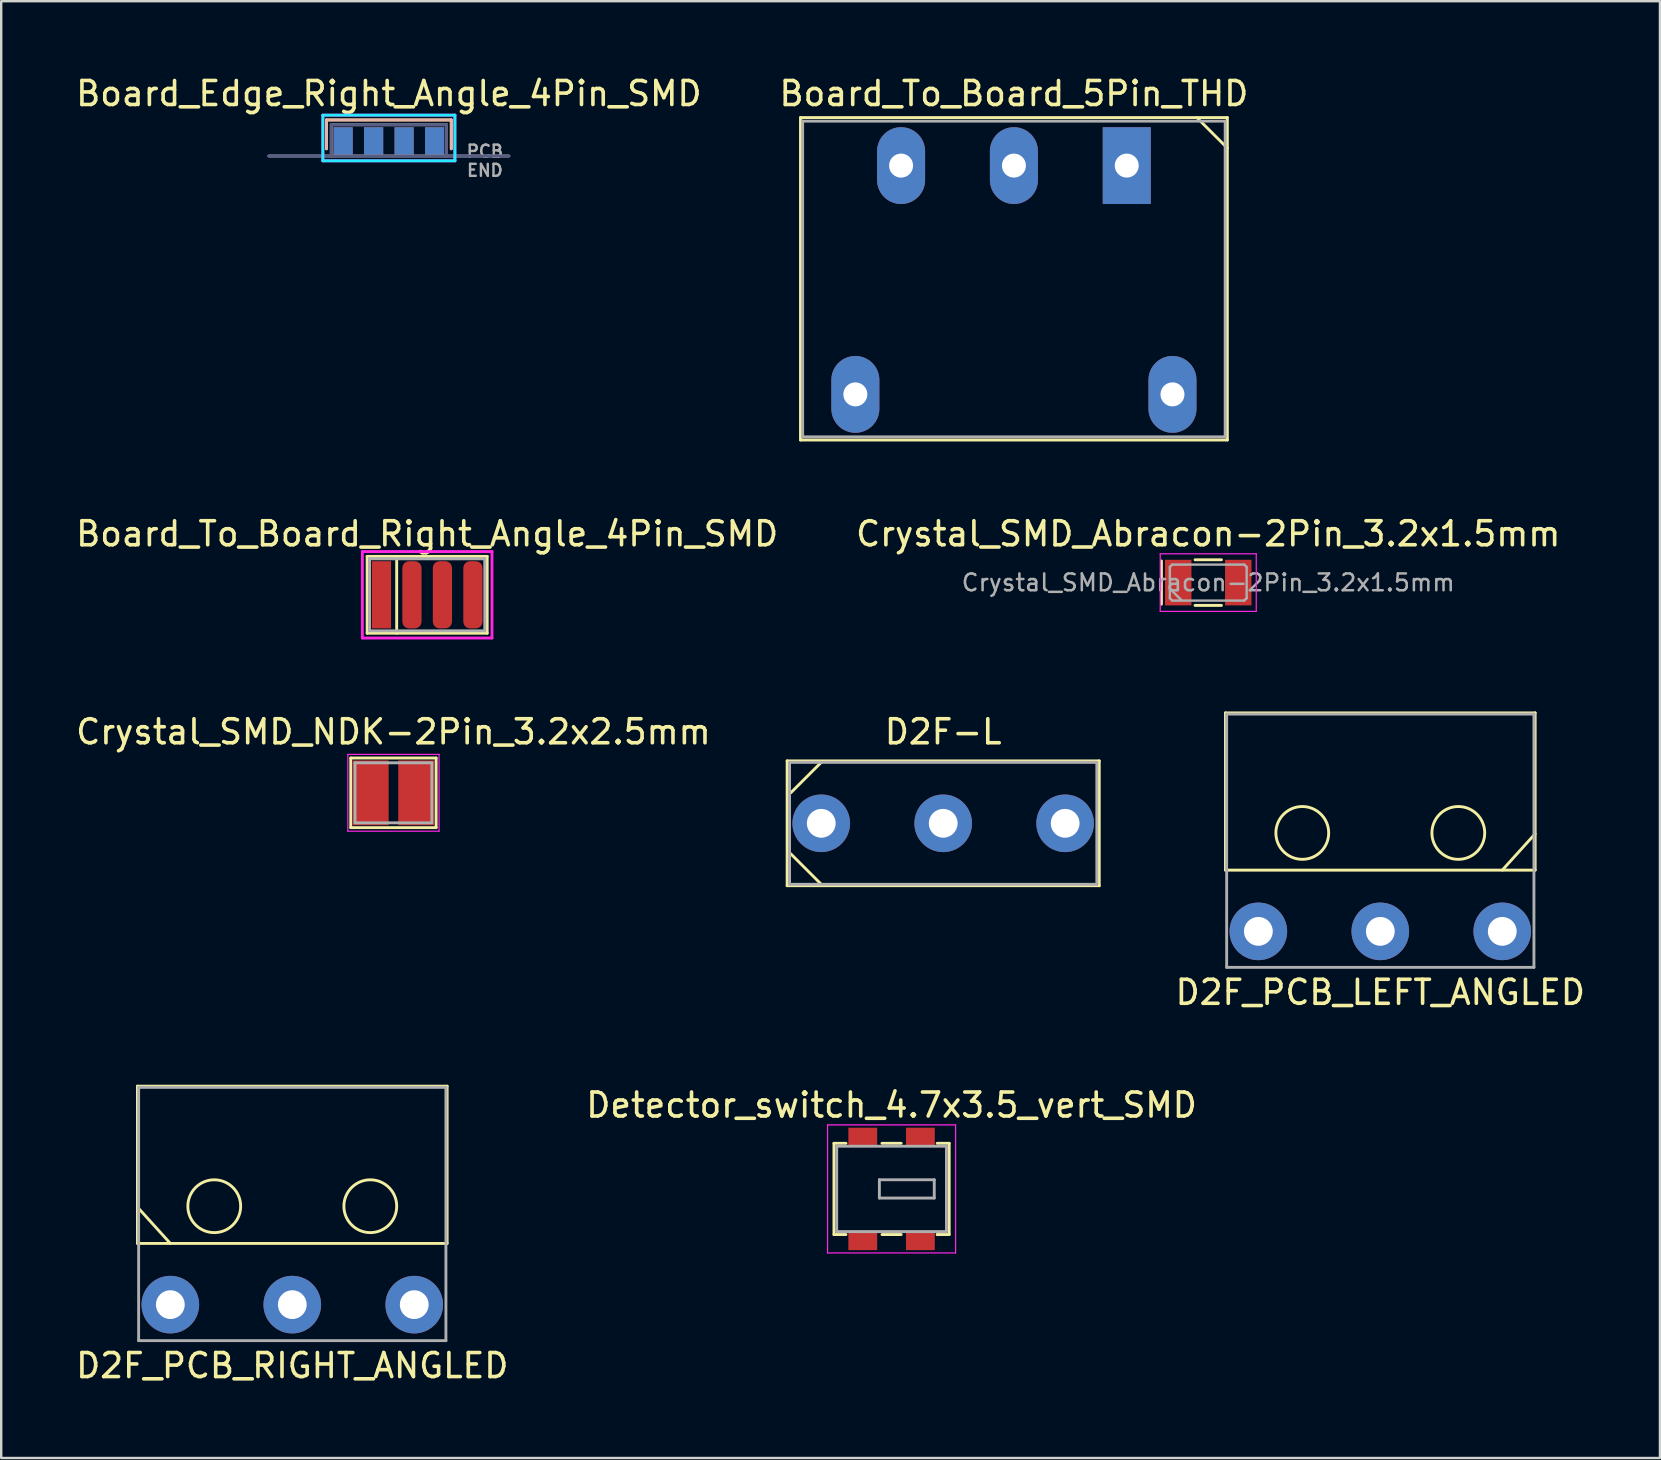
<source format=kicad_pcb>
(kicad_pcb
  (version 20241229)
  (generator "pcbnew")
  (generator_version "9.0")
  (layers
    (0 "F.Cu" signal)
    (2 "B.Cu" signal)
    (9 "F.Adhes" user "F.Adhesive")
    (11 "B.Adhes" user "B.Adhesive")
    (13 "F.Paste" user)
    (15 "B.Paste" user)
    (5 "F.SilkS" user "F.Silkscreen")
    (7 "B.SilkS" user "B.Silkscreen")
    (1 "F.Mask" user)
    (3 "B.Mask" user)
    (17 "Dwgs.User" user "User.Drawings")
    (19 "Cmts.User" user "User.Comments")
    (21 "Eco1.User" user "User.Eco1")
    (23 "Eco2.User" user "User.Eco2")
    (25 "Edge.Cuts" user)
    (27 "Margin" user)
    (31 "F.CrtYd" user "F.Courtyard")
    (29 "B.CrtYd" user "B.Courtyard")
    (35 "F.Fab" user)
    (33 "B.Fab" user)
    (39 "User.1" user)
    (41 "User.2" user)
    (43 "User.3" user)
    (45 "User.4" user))
  (footprint "Detector_switch_4.7x3.5_vert_SMD"
    (layer "F.Cu")
    (at 34.089 46.475)
    (property "Reference" "Detector_switch_4.7x3.5_vert_SMD" (at 0 -3.493 0) (layer "F.SilkS") (effects (font (size 1 1) (thickness 0.15))))
    (attr through_hole)
    (fp_line (start -2.4 -1.9) (end -2.4 1.9) (stroke (width 0.12) (type solid)) (layer "F.SilkS"))
    (fp_line (start -2.4 -1.9) (end -1.9 -1.9) (stroke (width 0.12) (type solid)) (layer "F.SilkS"))
    (fp_line (start -2.4 1.9) (end -1.9 1.9) (stroke (width 0.12) (type solid)) (layer "F.SilkS"))
    (fp_line (start -0.4 -1.9) (end 0.4 -1.9) (stroke (width 0.12) (type solid)) (layer "F.SilkS"))
    (fp_line (start -0.4 1.9) (end 0.4 1.9) (stroke (width 0.12) (type solid)) (layer "F.SilkS"))
    (fp_line (start 1.9 -1.9) (end 2.4 -1.9) (stroke (width 0.12) (type solid)) (layer "F.SilkS"))
    (fp_line (start 1.968 1.905) (end 1.905 1.905) (stroke (width 0.12) (type solid)) (layer "F.SilkS"))
    (fp_line (start 2.4 -1.9) (end 2.4 1.9) (stroke (width 0.12) (type solid)) (layer "F.SilkS"))
    (fp_line (start 2.4 1.9) (end 1.9 1.9) (stroke (width 0.12) (type solid)) (layer "F.SilkS"))
    (fp_line (start -2.667 -2.667) (end 2.667 -2.667) (stroke (width 0.05) (type solid)) (layer "F.CrtYd"))
    (fp_line (start -2.667 2.667) (end -2.667 -2.667) (stroke (width 0.05) (type solid)) (layer "F.CrtYd"))
    (fp_line (start 2.667 -2.667) (end 2.667 2.667) (stroke (width 0.05) (type solid)) (layer "F.CrtYd"))
    (fp_line (start 2.667 2.667) (end -2.667 2.667) (stroke (width 0.05) (type solid)) (layer "F.CrtYd"))
    (fp_line (start -2.286 -1.778) (end 2.286 -1.778) (stroke (width 0.12) (type solid)) (layer "F.Fab"))
    (fp_line (start -2.286 1.778) (end -2.286 -1.778) (stroke (width 0.12) (type solid)) (layer "F.Fab"))
    (fp_line (start -0.508 -0.381) (end -0.508 0.381) (stroke (width 0.12) (type solid)) (layer "F.Fab"))
    (fp_line (start -0.508 0.381) (end 1.778 0.381) (stroke (width 0.12) (type solid)) (layer "F.Fab"))
    (fp_line (start 1.778 -0.381) (end -0.508 -0.381) (stroke (width 0.12) (type solid)) (layer "F.Fab"))
    (fp_line (start 1.778 0.381) (end 1.778 -0.381) (stroke (width 0.12) (type solid)) (layer "F.Fab"))
    (fp_line (start 2.286 -1.778) (end 2.286 1.778) (stroke (width 0.12) (type solid)) (layer "F.Fab"))
    (fp_line (start 2.286 1.778) (end -2.286 1.778) (stroke (width 0.12) (type solid)) (layer "F.Fab"))
    (pad "1" smd rect (at -1.2 -2.15) (size 1.2 0.8) (layers "F.Cu" "F.Mask" "F.Paste"))
    (pad "1" smd rect (at 1.2 -2.15) (size 1.2 0.8) (layers "F.Cu" "F.Mask" "F.Paste"))
    (pad "2" smd rect (at -1.2 2.15) (size 1.2 0.8) (layers "F.Cu" "F.Mask" "F.Paste"))
    (pad "2" smd rect (at 1.2 2.15) (size 1.2 0.8) (layers "F.Cu" "F.Mask" "F.Paste")))
  (footprint "Crystal_SMD_Abracon-2Pin_3.2x1.5mm"
    (layer "F.Cu")
    (at 47.28 21.218)
    (property "Reference" "Crystal_SMD_Abracon-2Pin_3.2x1.5mm" (at 0 -2.032 0) (layer "F.SilkS") (effects (font (size 1 1) (thickness 0.15))))
    (attr through_hole)
    (fp_line (start -1.95 -0.9) (end -1.95 0.9) (stroke (width 0.12) (type solid)) (layer "F.SilkS"))
    (fp_line (start -0.55 -0.95) (end 0.55 -0.95) (stroke (width 0.12) (type solid)) (layer "F.SilkS"))
    (fp_line (start -0.55 0.95) (end 0.55 0.95) (stroke (width 0.12) (type solid)) (layer "F.SilkS"))
    (fp_line (start -2 -1.2) (end -2 1.2) (stroke (width 0.05) (type solid)) (layer "F.CrtYd"))
    (fp_line (start -2 1.2) (end 2 1.2) (stroke (width 0.05) (type solid)) (layer "F.CrtYd"))
    (fp_line (start 2 -1.2) (end -2 -1.2) (stroke (width 0.05) (type solid)) (layer "F.CrtYd"))
    (fp_line (start 2 1.2) (end 2 -1.2) (stroke (width 0.05) (type solid)) (layer "F.CrtYd"))
    (fp_line (start -1.6 -0.65) (end -1.5 -0.75) (stroke (width 0.1) (type solid)) (layer "F.Fab"))
    (fp_line (start -1.6 0.25) (end -1.1 0.75) (stroke (width 0.1) (type solid)) (layer "F.Fab"))
    (fp_line (start -1.6 0.65) (end -1.6 -0.65) (stroke (width 0.1) (type solid)) (layer "F.Fab"))
    (fp_line (start -1.5 -0.75) (end 1.5 -0.75) (stroke (width 0.1) (type solid)) (layer "F.Fab"))
    (fp_line (start -1.5 0.75) (end -1.6 0.65) (stroke (width 0.1) (type solid)) (layer "F.Fab"))
    (fp_line (start 1.5 -0.75) (end 1.6 -0.65) (stroke (width 0.1) (type solid)) (layer "F.Fab"))
    (fp_line (start 1.5 0.75) (end -1.5 0.75) (stroke (width 0.1) (type solid)) (layer "F.Fab"))
    (fp_line (start 1.6 -0.65) (end 1.6 0.65) (stroke (width 0.1) (type solid)) (layer "F.Fab"))
    (fp_line (start 1.6 0.65) (end 1.5 0.75) (stroke (width 0.1) (type solid)) (layer "F.Fab"))
    (fp_text user "${REFERENCE}" (at 0 0 0) (layer "F.Fab") (effects (font (size 0.7 0.7) (thickness 0.105))))
    (pad "1" smd rect (at -1.25 0) (size 1.1 1.9) (layers "F.Cu" "F.Mask" "F.Paste"))
    (pad "2" smd rect (at 1.25 0) (size 1.1 1.9) (layers "F.Cu" "F.Mask" "F.Paste")))
  (footprint "D2F-L"
    (layer "F.Cu")
    (at 36.239 31.245)
    (property "Reference" "D2F-L" (at 0 -3.81 0) (layer "F.SilkS") (effects (font (size 1 1) (thickness 0.15))))
    (attr through_hole)
    (fp_line (start -6.5 -2.6) (end 6.5 -2.6) (stroke (width 0.12) (type solid)) (layer "F.SilkS"))
    (fp_line (start -6.5 2.6) (end -6.5 -2.6) (stroke (width 0.12) (type solid)) (layer "F.SilkS"))
    (fp_line (start -6.35 -1.27) (end -5.08 -2.54) (stroke (width 0.12) (type solid)) (layer "F.SilkS"))
    (fp_line (start -6.35 1.27) (end -5.08 2.54) (stroke (width 0.12) (type solid)) (layer "F.SilkS"))
    (fp_line (start 6.5 -2.6) (end 6.5 2.6) (stroke (width 0.12) (type solid)) (layer "F.SilkS"))
    (fp_line (start 6.5 2.6) (end -6.5 2.6) (stroke (width 0.12) (type solid)) (layer "F.SilkS"))
    (fp_line (start -6.4 -2.54) (end 6.4 -2.54) (stroke (width 0.12) (type solid)) (layer "F.Fab"))
    (fp_line (start -6.4 2.54) (end -6.4 -2.54) (stroke (width 0.12) (type solid)) (layer "F.Fab"))
    (fp_line (start 6.4 -2.54) (end 6.4 2.54) (stroke (width 0.12) (type solid)) (layer "F.Fab"))
    (fp_line (start 6.4 2.54) (end -6.4 2.54) (stroke (width 0.12) (type solid)) (layer "F.Fab"))
    (pad "1" thru_hole circle (at -5.08 0) (size 2.4 2.4) (drill 1.2) (layers "*.Cu" "*.Mask"))
    (pad "2" thru_hole circle (at 0 0) (size 2.4 2.4) (drill 1.2) (layers "*.Cu" "*.Mask"))
    (pad "3" thru_hole circle (at 5.08 0) (size 2.4 2.4) (drill 1.2) (layers "*.Cu" "*.Mask")))
  (footprint "D2F_PCB_LEFT_ANGLED"
    (layer "F.Cu")
    (at 54.447 35.746)
    (property "Reference" "D2F_PCB_LEFT_ANGLED" (at 0 2.54 0) (layer "F.SilkS") (effects (font (size 1 1) (thickness 0.15))))
    (attr through_hole)
    (fp_line (start -6.45 -9.1) (end -6.45 -2.55) (stroke (width 0.12) (type solid)) (layer "F.SilkS"))
    (fp_line (start -6.45 -2.55) (end 6.45 -2.55) (stroke (width 0.12) (type solid)) (layer "F.SilkS"))
    (fp_line (start 5.08 -2.55) (end 6.45 -4.064) (stroke (width 0.12) (type solid)) (layer "F.SilkS"))
    (fp_line (start 6.45 -9.1) (end -6.45 -9.1) (stroke (width 0.12) (type solid)) (layer "F.SilkS"))
    (fp_line (start 6.45 -2.55) (end 6.45 -9.1) (stroke (width 0.12) (type solid)) (layer "F.SilkS"))
    (fp_circle (center -3.25 -4.1) (end -2.15 -4.1) (stroke (width 0.12) (type solid)) (fill no) (layer "F.SilkS"))
    (fp_circle (center 3.25 -4.1) (end 4.35 -4.1) (stroke (width 0.12) (type solid)) (fill no) (layer "F.SilkS"))
    (fp_line (start -6.4 -9.05) (end 6.4 -9.05) (stroke (width 0.12) (type solid)) (layer "F.Fab"))
    (fp_line (start -6.4 1.5) (end -6.4 -9.05) (stroke (width 0.12) (type solid)) (layer "F.Fab"))
    (fp_line (start 6.4 -9.05) (end 6.4 1.5) (stroke (width 0.12) (type solid)) (layer "F.Fab"))
    (fp_line (start 6.4 1.5) (end -6.4 1.5) (stroke (width 0.12) (type solid)) (layer "F.Fab"))
    (pad "1" thru_hole circle (at 5.08 0) (size 2.4 2.4) (drill 1.2) (layers "*.Cu" "*.Mask"))
    (pad "2" thru_hole circle (at 0 0) (size 2.4 2.4) (drill 1.2) (layers "*.Cu" "*.Mask"))
    (pad "3" thru_hole circle (at -5.08 0) (size 2.4 2.4) (drill 1.2) (layers "*.Cu" "*.Mask")))
  (footprint "Board_Edge_Right_Angle_4Pin_SMD"
    (layer "F.Cu")
    (at 13.149 2.848)
    (property "Reference" "Board_Edge_Right_Angle_4Pin_SMD" (at 0 -2 0) (layer "F.SilkS") (effects (font (size 1 1) (thickness 0.15))))
    (attr smd)
    (fp_line (start -2.6 -0.9) (end 2.6 -0.9) (stroke (width 0.12) (type solid)) (layer "F.SilkS"))
    (fp_line (start -2.6 0.3) (end -2.6 -0.9) (stroke (width 0.12) (type solid)) (layer "F.SilkS"))
    (fp_line (start 2.6 -0.9) (end 2.6 0.3) (stroke (width 0.12) (type solid)) (layer "F.SilkS"))
    (fp_line (start -2.6 -0.9) (end -2.6 0.3) (stroke (width 0.12) (type solid)) (layer "B.SilkS"))
    (fp_line (start 2.6 -0.9) (end -2.6 -0.9) (stroke (width 0.12) (type solid)) (layer "B.SilkS"))
    (fp_line (start 2.6 0.3) (end 2.6 -0.9) (stroke (width 0.12) (type solid)) (layer "B.SilkS"))
    (fp_line (start -2.75 -1.1) (end -2.75 0.8) (stroke (width 0.12) (type solid)) (layer "B.CrtYd"))
    (fp_line (start -2.75 0.8) (end 2.75 0.8) (stroke (width 0.12) (type solid)) (layer "B.CrtYd"))
    (fp_line (start 2.75 -1.1) (end -2.75 -1.1) (stroke (width 0.12) (type solid)) (layer "B.CrtYd"))
    (fp_line (start 2.75 0.8) (end 2.75 -1.1) (stroke (width 0.12) (type solid)) (layer "B.CrtYd"))
    (fp_line (start -2.75 -1.1) (end -2.75 0.8) (stroke (width 0.12) (type solid)) (layer "F.CrtYd"))
    (fp_line (start -2.75 0.8) (end 2.75 0.8) (stroke (width 0.12) (type solid)) (layer "F.CrtYd"))
    (fp_line (start 2.75 -1.1) (end -2.75 -1.1) (stroke (width 0.12) (type solid)) (layer "F.CrtYd"))
    (fp_line (start 2.75 0.8) (end 2.75 -1.1) (stroke (width 0.12) (type solid)) (layer "F.CrtYd"))
    (fp_line (start -5 0.6) (end 5 0.6) (stroke (width 0.12) (type solid)) (layer "B.Fab"))
    (fp_line (start -2.4 -0.7) (end 2.4 -0.7) (stroke (width 0.12) (type solid)) (layer "B.Fab"))
    (fp_line (start -2.4 0.6) (end -2.4 -0.7) (stroke (width 0.12) (type solid)) (layer "B.Fab"))
    (fp_line (start 2.4 -0.7) (end 2.4 0.6) (stroke (width 0.12) (type solid)) (layer "B.Fab"))
    (fp_line (start -5 0.6) (end 5 0.6) (stroke (width 0.12) (type solid)) (layer "F.Fab"))
    (fp_line (start -2.4 -0.7) (end 2.4 -0.7) (stroke (width 0.12) (type solid)) (layer "F.Fab"))
    (fp_line (start -2.4 0.6) (end -2.4 -0.7) (stroke (width 0.12) (type solid)) (layer "F.Fab"))
    (fp_line (start 2.4 -0.7) (end 2.4 0.6) (stroke (width 0.12) (type solid)) (layer "F.Fab"))
    (fp_text user "END" (at 4 1.2 0) (layer "F.Fab") (effects (font (size 0.5 0.5) (thickness 0.1))))
    (fp_text user "PCB" (at 4 0.4 0) (layer "F.Fab") (effects (font (size 0.5 0.5) (thickness 0.1))))
    (pad "1" connect rect (at -1.905 0) (size 0.8 1.2) (layers "F.Cu" "F.Mask"))
    (pad "1" connect rect (at -1.905 0) (size 0.8 1.2) (layers "B.Cu" "B.Mask"))
    (pad "2" connect rect (at -0.635 0) (size 0.8 1.2) (layers "F.Cu" "F.Mask"))
    (pad "2" connect rect (at -0.635 0) (size 0.8 1.2) (layers "B.Cu" "B.Mask"))
    (pad "3" connect rect (at 0.635 0) (size 0.8 1.2) (layers "F.Cu" "F.Mask"))
    (pad "3" connect rect (at 0.635 0) (size 0.8 1.2) (layers "B.Cu" "B.Mask"))
    (pad "4" connect rect (at 1.905 0) (size 0.8 1.2) (layers "F.Cu" "F.Mask"))
    (pad "4" connect rect (at 1.905 0) (size 0.8 1.2) (layers "B.Cu" "B.Mask")))
  (footprint "Board_To_Board_5Pin_THD"
    (layer "F.Cu")
    (at 39.185 3.848)
    (property "Reference" "Board_To_Board_5Pin_THD" (at 0 -3 0) (layer "F.SilkS") (effects (font (size 1 1) (thickness 0.15))))
    (attr through_hole)
    (fp_line (start -8.89 -2) (end -8.89 11.43) (stroke (width 0.12) (type solid)) (layer "F.SilkS"))
    (fp_line (start -8.89 11.43) (end 8.89 11.43) (stroke (width 0.12) (type solid)) (layer "F.SilkS"))
    (fp_line (start 8.89 -2) (end -8.89 -2) (stroke (width 0.12) (type solid)) (layer "F.SilkS"))
    (fp_line (start 8.89 -0.73) (end 7.62 -2) (stroke (width 0.12) (type solid)) (layer "F.SilkS"))
    (fp_line (start 8.89 11.43) (end 8.89 -2) (stroke (width 0.12) (type solid)) (layer "F.SilkS"))
    (fp_line (start -8.8 -1.85) (end 8.8 -1.85) (stroke (width 0.12) (type solid)) (layer "F.Fab"))
    (fp_line (start -8.8 11.3) (end -8.8 -1.85) (stroke (width 0.12) (type solid)) (layer "F.Fab"))
    (fp_line (start 8.8 -1.85) (end 8.8 11.3) (stroke (width 0.12) (type solid)) (layer "F.Fab"))
    (fp_line (start 8.8 11.3) (end -8.8 11.3) (stroke (width 0.12) (type solid)) (layer "F.Fab"))
    (pad "1" thru_hole rect (at 4.7 0) (size 2 3.2) (drill 1) (layers "*.Cu" "*.Mask"))
    (pad "2" thru_hole oval (at 0 0) (size 2 3.2) (drill 1) (layers "*.Cu" "*.Mask"))
    (pad "3" thru_hole oval (at -4.7 0) (size 2 3.2) (drill 1) (layers "*.Cu" "*.Mask"))
    (pad "4" thru_hole oval (at 6.605 9.53) (size 2 3.2) (drill 1) (layers "*.Cu" "*.Mask"))
    (pad "5" thru_hole oval (at -6.605 9.53) (size 2 3.2) (drill 1) (layers "*.Cu" "*.Mask")))
  (footprint "Board_To_Board_Right_Angle_4Pin_SMD"
    (layer "F.Cu")
    (at 14.744 21.727)
    (property "Reference" "Board_To_Board_Right_Angle_4Pin_SMD" (at 0 -2.54 0) (layer "F.SilkS") (effects (font (size 1 1) (thickness 0.15))))
    (attr smd)
    (fp_line (start -2.5 -1.6) (end -2.5 1.6) (stroke (width 0.12) (type solid)) (layer "F.SilkS"))
    (fp_line (start -2.5 1.6) (end 2.5 1.6) (stroke (width 0.12) (type solid)) (layer "F.SilkS"))
    (fp_line (start -1.27 -1.6) (end -1.27 1.6) (stroke (width 0.12) (type solid)) (layer "F.SilkS"))
    (fp_line (start 2.5 -1.6) (end -2.5 -1.6) (stroke (width 0.12) (type solid)) (layer "F.SilkS"))
    (fp_line (start 2.5 1.6) (end 2.5 -1.6) (stroke (width 0.12) (type solid)) (layer "F.SilkS"))
    (fp_line (start -2.7 -1.8) (end -2.7 1.8) (stroke (width 0.12) (type solid)) (layer "F.CrtYd"))
    (fp_line (start -2.7 1.8) (end 2.7 1.8) (stroke (width 0.12) (type solid)) (layer "F.CrtYd"))
    (fp_line (start 2.7 -1.8) (end -2.7 -1.8) (stroke (width 0.12) (type solid)) (layer "F.CrtYd"))
    (fp_line (start 2.7 1.8) (end 2.7 -1.8) (stroke (width 0.12) (type solid)) (layer "F.CrtYd"))
    (fp_line (start -2.4 -1.5) (end 2.4 -1.5) (stroke (width 0.12) (type solid)) (layer "F.Fab"))
    (fp_line (start -2.4 1.5) (end -2.4 -1.5) (stroke (width 0.12) (type solid)) (layer "F.Fab"))
    (fp_line (start 2.4 -1.5) (end 2.4 1.5) (stroke (width 0.12) (type solid)) (layer "F.Fab"))
    (fp_line (start 2.4 1.5) (end -2.4 1.5) (stroke (width 0.12) (type solid)) (layer "F.Fab"))
    (pad "1" smd rect (at -1.905 0) (size 0.8 2.8) (layers "F.Cu" "F.Mask" "F.Paste"))
    (pad "2" smd roundrect (at -0.635 0) (size 0.8 2.8) (layers "F.Cu" "F.Mask" "F.Paste") (roundrect_rratio 0.35))
    (pad "3" smd roundrect (at 0.635 0) (size 0.8 2.8) (layers "F.Cu" "F.Mask" "F.Paste") (roundrect_rratio 0.35))
    (pad "4" smd roundrect (at 1.905 0) (size 0.8 2.8) (layers "F.Cu" "F.Mask" "F.Paste") (roundrect_rratio 0.35)))
  (footprint "Crystal_SMD_NDK-2Pin_3.2x2.5mm"
    (layer "F.Cu")
    (at 13.339 29.975)
    (property "Reference" "Crystal_SMD_NDK-2Pin_3.2x2.5mm" (at 0 -2.54 0) (layer "F.SilkS") (effects (font (size 1 1) (thickness 0.15))))
    (attr through_hole)
    (fp_line (start -1.778 -1.45) (end 1.778 -1.45) (stroke (width 0.12) (type solid)) (layer "F.SilkS"))
    (fp_line (start -1.778 1.45) (end -1.778 -1.45) (stroke (width 0.12) (type solid)) (layer "F.SilkS"))
    (fp_line (start 1.778 -1.45) (end 1.778 1.45) (stroke (width 0.12) (type solid)) (layer "F.SilkS"))
    (fp_line (start 1.778 1.45) (end -1.778 1.45) (stroke (width 0.12) (type solid)) (layer "F.SilkS"))
    (fp_line (start -1.9 -1.6) (end 1.9 -1.6) (stroke (width 0.05) (type solid)) (layer "F.CrtYd"))
    (fp_line (start -1.9 1.6) (end -1.9 -1.6) (stroke (width 0.05) (type solid)) (layer "F.CrtYd"))
    (fp_line (start 1.9 -1.6) (end 1.9 1.6) (stroke (width 0.05) (type solid)) (layer "F.CrtYd"))
    (fp_line (start 1.9 1.6) (end -1.9 1.6) (stroke (width 0.05) (type solid)) (layer "F.CrtYd"))
    (fp_line (start -1.6 -1.25) (end 1.6 -1.25) (stroke (width 0.12) (type solid)) (layer "F.Fab"))
    (fp_line (start -1.6 1.25) (end -1.6 -1.25) (stroke (width 0.12) (type solid)) (layer "F.Fab"))
    (fp_line (start 1.6 -1.25) (end 1.6 1.25) (stroke (width 0.12) (type solid)) (layer "F.Fab"))
    (fp_line (start 1.6 1.25) (end -1.6 1.25) (stroke (width 0.12) (type solid)) (layer "F.Fab"))
    (pad "1" smd rect (at -0.95 0) (size 1.5 2.7) (layers "F.Cu" "F.Mask" "F.Paste"))
    (pad "2" smd rect (at 0.95 0) (size 1.5 2.7) (layers "F.Cu" "F.Mask" "F.Paste")))
  (footprint "D2F_PCB_RIGHT_ANGLED"
    (layer "F.Cu")
    (at 9.125 51.295)
    (property "Reference" "D2F_PCB_RIGHT_ANGLED" (at 0 2.54 0) (layer "F.SilkS") (effects (font (size 1 1) (thickness 0.15))))
    (attr through_hole)
    (fp_line (start -6.45 -9.1) (end -6.45 -2.55) (stroke (width 0.12) (type solid)) (layer "F.SilkS"))
    (fp_line (start -6.45 -2.55) (end 6.45 -2.55) (stroke (width 0.12) (type solid)) (layer "F.SilkS"))
    (fp_line (start -5.08 -2.55) (end -6.45 -4.064) (stroke (width 0.12) (type solid)) (layer "F.SilkS"))
    (fp_line (start 6.45 -9.1) (end -6.45 -9.1) (stroke (width 0.12) (type solid)) (layer "F.SilkS"))
    (fp_line (start 6.45 -2.55) (end 6.45 -9.1) (stroke (width 0.12) (type solid)) (layer "F.SilkS"))
    (fp_circle (center -3.25 -4.1) (end -2.15 -4.1) (stroke (width 0.12) (type solid)) (fill no) (layer "F.SilkS"))
    (fp_circle (center 3.25 -4.1) (end 4.35 -4.1) (stroke (width 0.12) (type solid)) (fill no) (layer "F.SilkS"))
    (fp_line (start -6.4 -9.05) (end 6.4 -9.05) (stroke (width 0.12) (type solid)) (layer "F.Fab"))
    (fp_line (start -6.4 1.5) (end -6.4 -9.05) (stroke (width 0.12) (type solid)) (layer "F.Fab"))
    (fp_line (start 6.4 -9.05) (end 6.4 1.5) (stroke (width 0.12) (type solid)) (layer "F.Fab"))
    (fp_line (start 6.4 1.5) (end -6.4 1.5) (stroke (width 0.12) (type solid)) (layer "F.Fab"))
    (pad "1" thru_hole circle (at -5.08 0) (size 2.4 2.4) (drill 1.2) (layers "*.Cu" "*.Mask"))
    (pad "2" thru_hole circle (at 0 0) (size 2.4 2.4) (drill 1.2) (layers "*.Cu" "*.Mask"))
    (pad "3" thru_hole circle (at 5.08 0) (size 2.4 2.4) (drill 1.2) (layers "*.Cu" "*.Mask")))
  (gr_rect
    (start -3 -3)
    (end 66.096 57.683)
    (stroke (width 0.1) (type default))
    (fill no)
    (layer "Edge.Cuts")))
</source>
